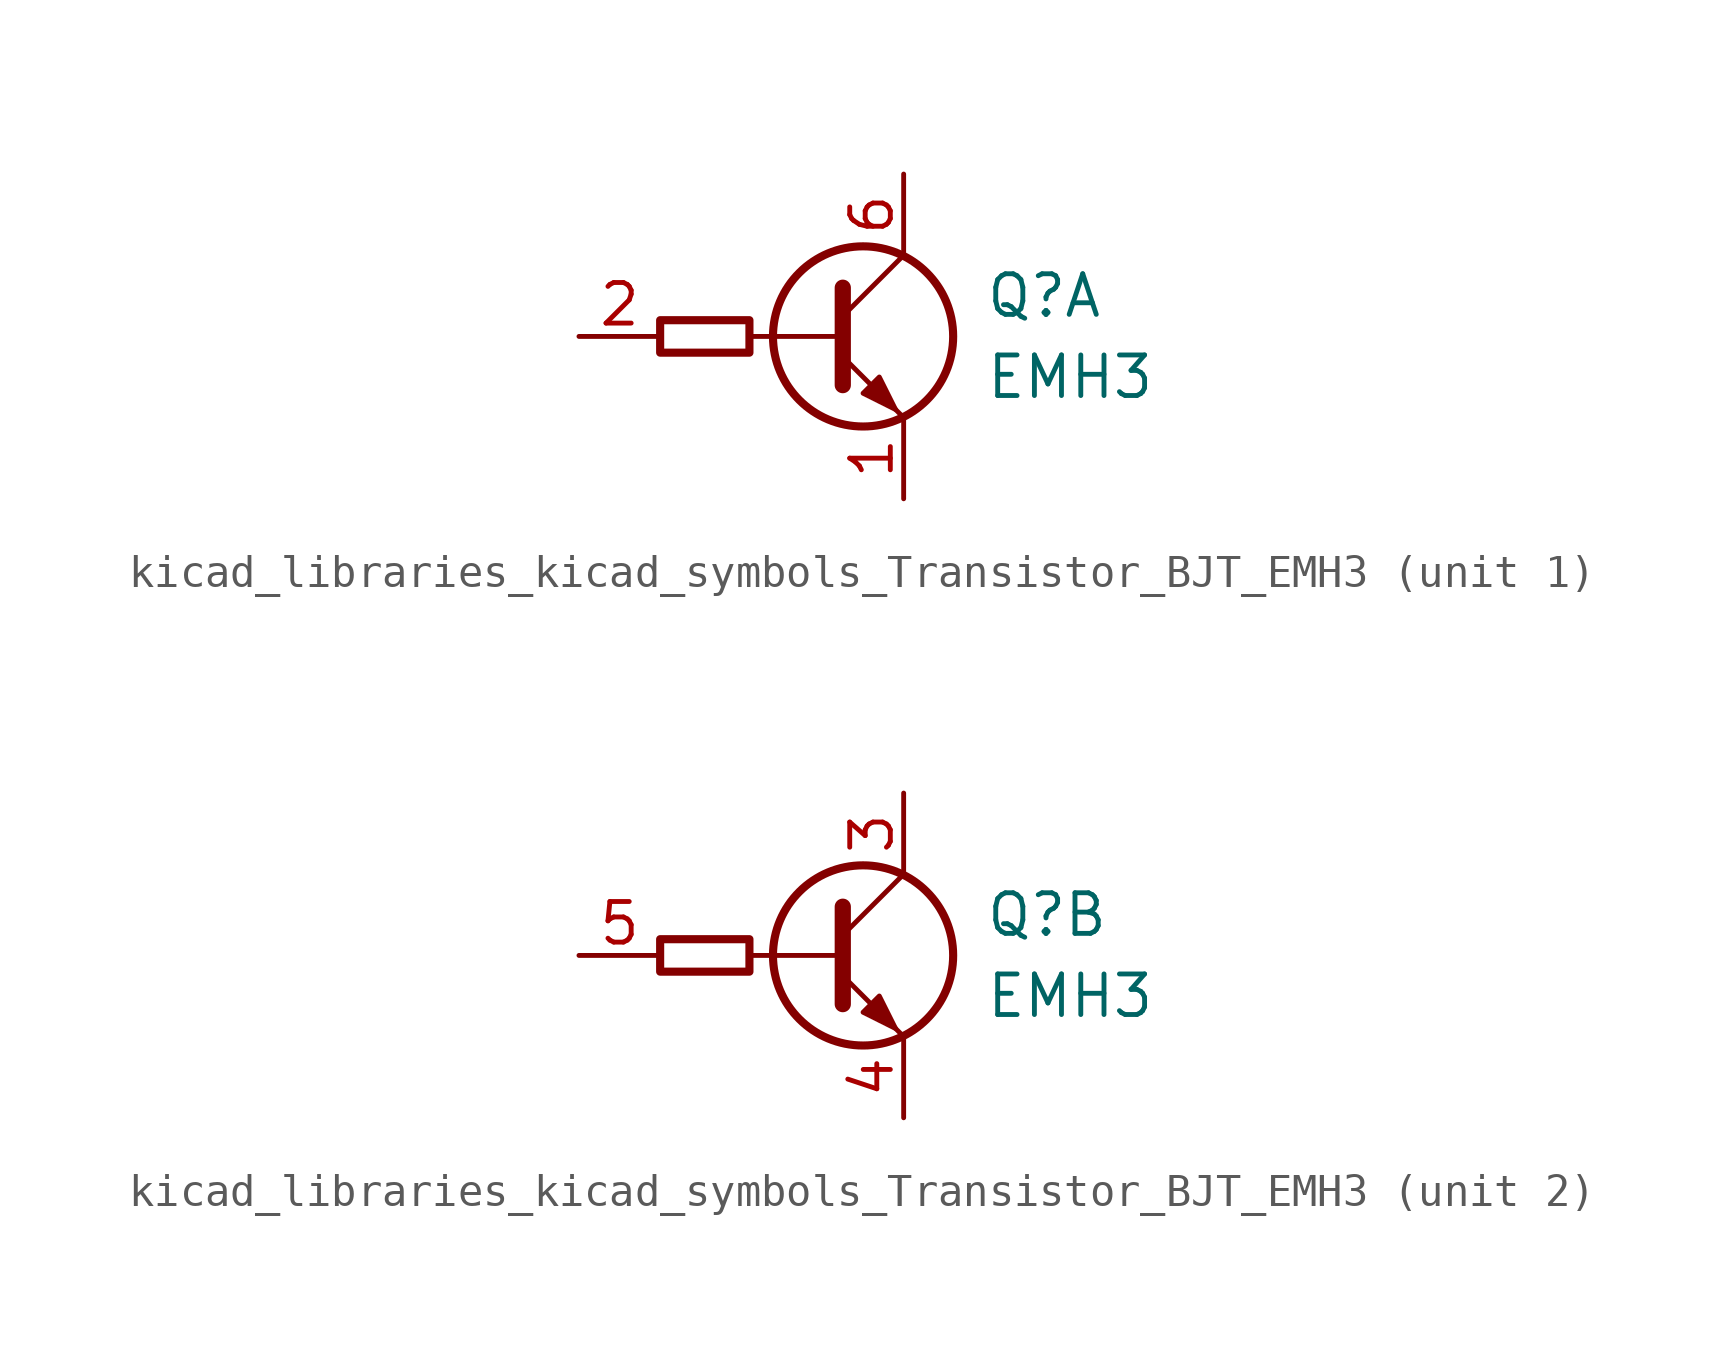
<source format=kicad_sym>
(kicad_symbol_lib
  (version 20220914)
  (generator kicad_symbol_editor)
  (symbol "kicad_libraries_kicad_symbols_Transistor_BJT_EMH3"
    (pin_names hide)
    (property "Reference" "Q"
      (at 7.62 1.27 0)
      (effects (font (size 1.27 1.27)) (justify left)))
    (property "Value" "EMH3"
      (at 7.62 -1.27 0)
      (effects (font (size 1.27 1.27)) (justify left)))
    (symbol "kicad_libraries_kicad_symbols_Transistor_BJT_EMH3_0_1"
      (polyline (pts (xy 3.175 0) (xy 0.254 0)) (stroke (width 0) (type default)) (fill (type none)))
      (polyline (pts (xy 3.175 0.635) (xy 5.08 2.54)) (stroke (width 0) (type default)) (fill (type none)))
      (polyline (pts (xy 3.175 1.524) (xy 3.175 -1.524)) (stroke (width 0.508) (type default)) (fill (type none)))
      (polyline (pts (xy 3.175 -0.635) (xy 5.08 -2.54) (xy 5.08 -2.54)) (stroke (width 0) (type default)) (fill (type none)))
      (polyline (pts (xy 3.81 -1.778) (xy 4.318 -1.27) (xy 4.826 -2.286) (xy 3.81 -1.778) (xy 3.81 -1.778)) (stroke (width 0) (type default)) (fill (type outline)))
      (rectangle (start 0.254 0.508) (end -2.54 -0.508) (stroke (width 0.254) (type default)) (fill (type none)))
      (circle (center 3.81 0) (radius 2.819) (stroke (width 0.254) (type default)) (fill (type none))))
    (symbol "kicad_libraries_kicad_symbols_Transistor_BJT_EMH3_1_1"
      (pin passive line (at 5.08 -5.08 90) (length 2.54) (name "E1" (effects (font (size 1.27 1.27)))) (number "1" (effects (font (size 1.27 1.27)))))
      (pin input line (at -5.08 0 0) (length 2.54) (name "B1" (effects (font (size 1.27 1.27)))) (number "2" (effects (font (size 1.27 1.27)))))
      (pin passive line (at 5.08 5.08 270) (length 2.54) (name "C1" (effects (font (size 1.27 1.27)))) (number "6" (effects (font (size 1.27 1.27))))))
    (symbol "kicad_libraries_kicad_symbols_Transistor_BJT_EMH3_2_1"
      (pin passive line (at 5.08 5.08 270) (length 2.54) (name "C2" (effects (font (size 1.27 1.27)))) (number "3" (effects (font (size 1.27 1.27)))))
      (pin passive line (at 5.08 -5.08 90) (length 2.54) (name "E2" (effects (font (size 1.27 1.27)))) (number "4" (effects (font (size 1.27 1.27)))))
      (pin input line (at -5.08 0 0) (length 2.54) (name "B2" (effects (font (size 1.27 1.27)))) (number "5" (effects (font (size 1.27 1.27))))))))
</source>
